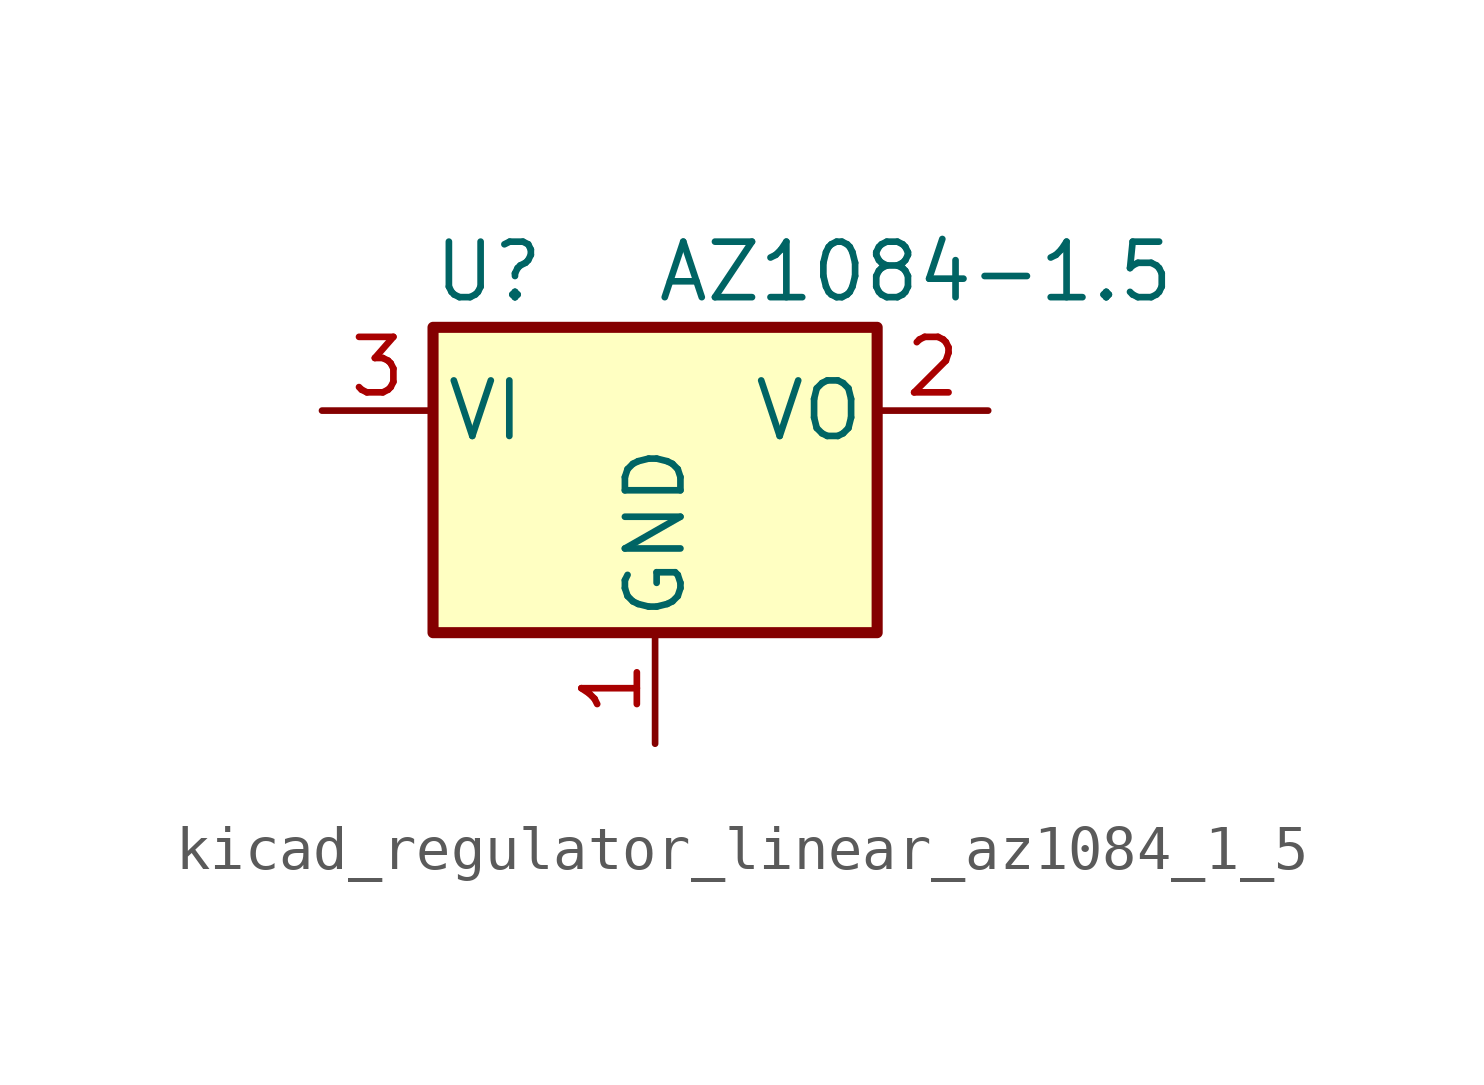
<source format=kicad_sym>
(kicad_symbol_lib
  (version 20220914)
  (generator kicad_symbol_editor)
  (symbol "kicad_regulator_linear_az1084_1_5"
    (pin_names
      (offset 0.254))
    (property "Reference" "U"
      (at -3.81 3.175 0)
      (effects (font (size 1.27 1.27))))
    (property "Value" "AZ1084-1.5"
      (at 0 3.175 0)
      (effects (font (size 1.27 1.27)) (justify left)))
    (symbol "kicad_regulator_linear_az1084_1_5_0_1"
      (rectangle (start -5.08 1.905) (end 5.08 -5.08) (stroke (width 0.254) (type default)) (fill (type background))))
    (symbol "kicad_regulator_linear_az1084_1_5_1_1"
      (pin power_in line (at 0 -7.62 90) (length 2.54) (name "GND" (effects (font (size 1.27 1.27)))) (number "1" (effects (font (size 1.27 1.27)))))
      (pin power_out line (at 7.62 0 180) (length 2.54) (name "VO" (effects (font (size 1.27 1.27)))) (number "2" (effects (font (size 1.27 1.27)))))
      (pin power_in line (at -7.62 0 0) (length 2.54) (name "VI" (effects (font (size 1.27 1.27)))) (number "3" (effects (font (size 1.27 1.27))))))))
</source>
